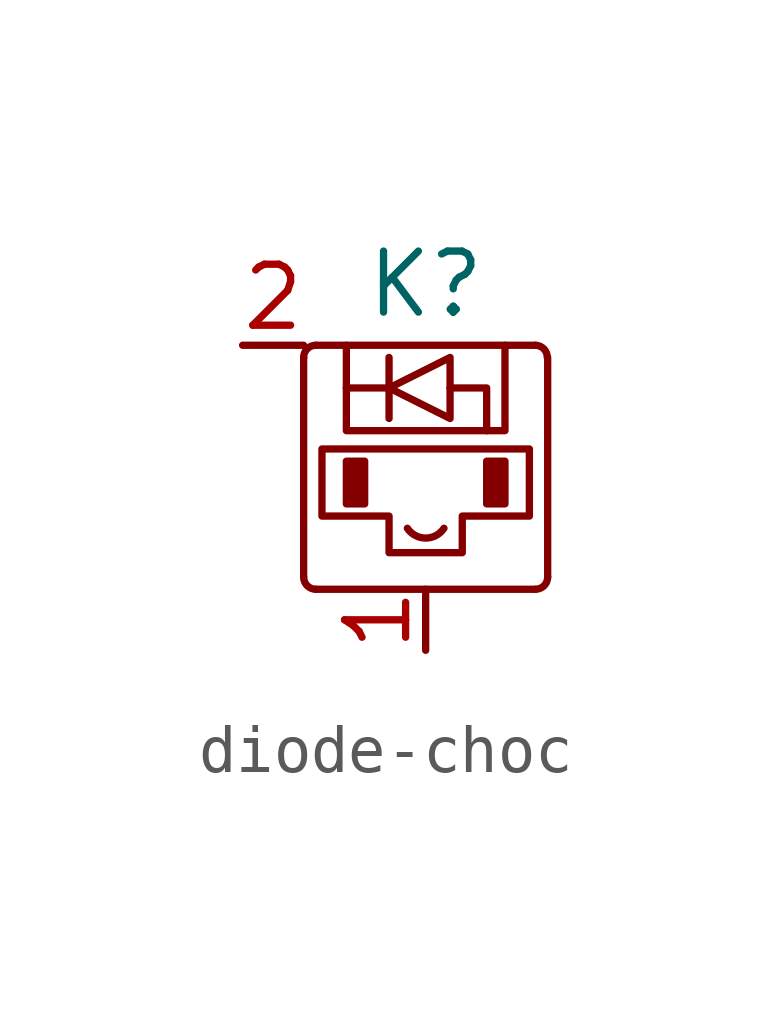
<source format=kicad_sym>
(kicad_symbol_lib
  (version 20241209)
  (generator "kicad_symbol_editor")
  (generator_version "9.0")
  (symbol "diode-choc"
    (pin_names
      (offset 1.016))
    (property "Reference" "K"
      (at 0 3.81 0)
      (effects (font (size 1.27 1.27))))
    (symbol "diode-choc_0_1"
      (polyline (pts (xy -2.54 2.286) (xy -2.54 -2.286)) (stroke (width 0) (type default)) (fill (type none)))
      (polyline (pts (xy -2.286 2.54) (xy 2.286 2.54)) (stroke (width 0) (type default)) (fill (type none)))
      (arc (start -2.54 2.286) (mid -2.4656 2.4656) (end -2.286 2.54) (stroke (width 0) (type default)) (fill (type none)))
      (arc (start -2.286 -2.54) (mid -2.4656 -2.4656) (end -2.54 -2.286) (stroke (width 0) (type default)) (fill (type none)))
      (polyline (pts (xy -2.286 -2.54) (xy 2.286 -2.54)) (stroke (width 0) (type default)) (fill (type none)))
      (polyline (pts (xy -2.159 0.381) (xy -2.159 -1.016) (xy -0.762 -1.016) (xy -0.762 -1.778) (xy 0.762 -1.778) (xy 0.762 -1.016) (xy 2.159 -1.016) (xy 2.159 0.381) (xy -2.159 0.381)) (stroke (width 0) (type default)) (fill (type none)))
      (polyline (pts (xy -1.651 2.54) (xy -1.651 0.762) (xy 1.651 0.762) (xy 1.651 2.54)) (stroke (width 0) (type default)) (fill (type none)))
      (polyline (pts (xy -1.651 1.651) (xy -0.762 1.651)) (stroke (width 0) (type default)) (fill (type none)))
      (rectangle (start -1.651 0.127) (end -1.27 -0.762) (stroke (width 0) (type default)) (fill (type outline)))
      (polyline (pts (xy -0.762 2.286) (xy -0.762 1.016)) (stroke (width 0) (type default)) (fill (type none)))
      (polyline (pts (xy -0.762 1.651) (xy 0.508 2.286) (xy 0.508 1.016) (xy -0.762 1.651)) (stroke (width 0) (type default)) (fill (type none)))
      (arc (start 0.381 -1.27) (mid 0 -1.4739) (end -0.381 -1.27) (stroke (width 0) (type default)) (fill (type none)))
      (polyline (pts (xy 0.508 1.651) (xy 1.27 1.651) (xy 1.27 0.762)) (stroke (width 0) (type default)) (fill (type none)))
      (arc (start 2.286 2.54) (mid 2.4656 2.4656) (end 2.54 2.286) (stroke (width 0) (type default)) (fill (type none)))
      (arc (start 2.54 -2.286) (mid 2.4656 -2.4656) (end 2.286 -2.54) (stroke (width 0) (type default)) (fill (type none)))
      (polyline (pts (xy 2.54 -2.286) (xy 2.54 2.286)) (stroke (width 0) (type default)) (fill (type none))))
    (symbol "diode-choc_1_1"
      (rectangle (start 1.27 0.127) (end 1.651 -0.762) (stroke (width 0) (type default)) (fill (type outline)))
      (pin output line (at -3.81 2.54 0) (length 1.27) (name "~" (effects (font (size 1.27 1.27)))) (number "2" (effects (font (size 1.27 1.27)))))
      (pin input line (at 0 -3.81 90) (length 1.27) (name "~" (effects (font (size 1.27 1.27)))) (number "1" (effects (font (size 1.27 1.27))))))))
</source>
